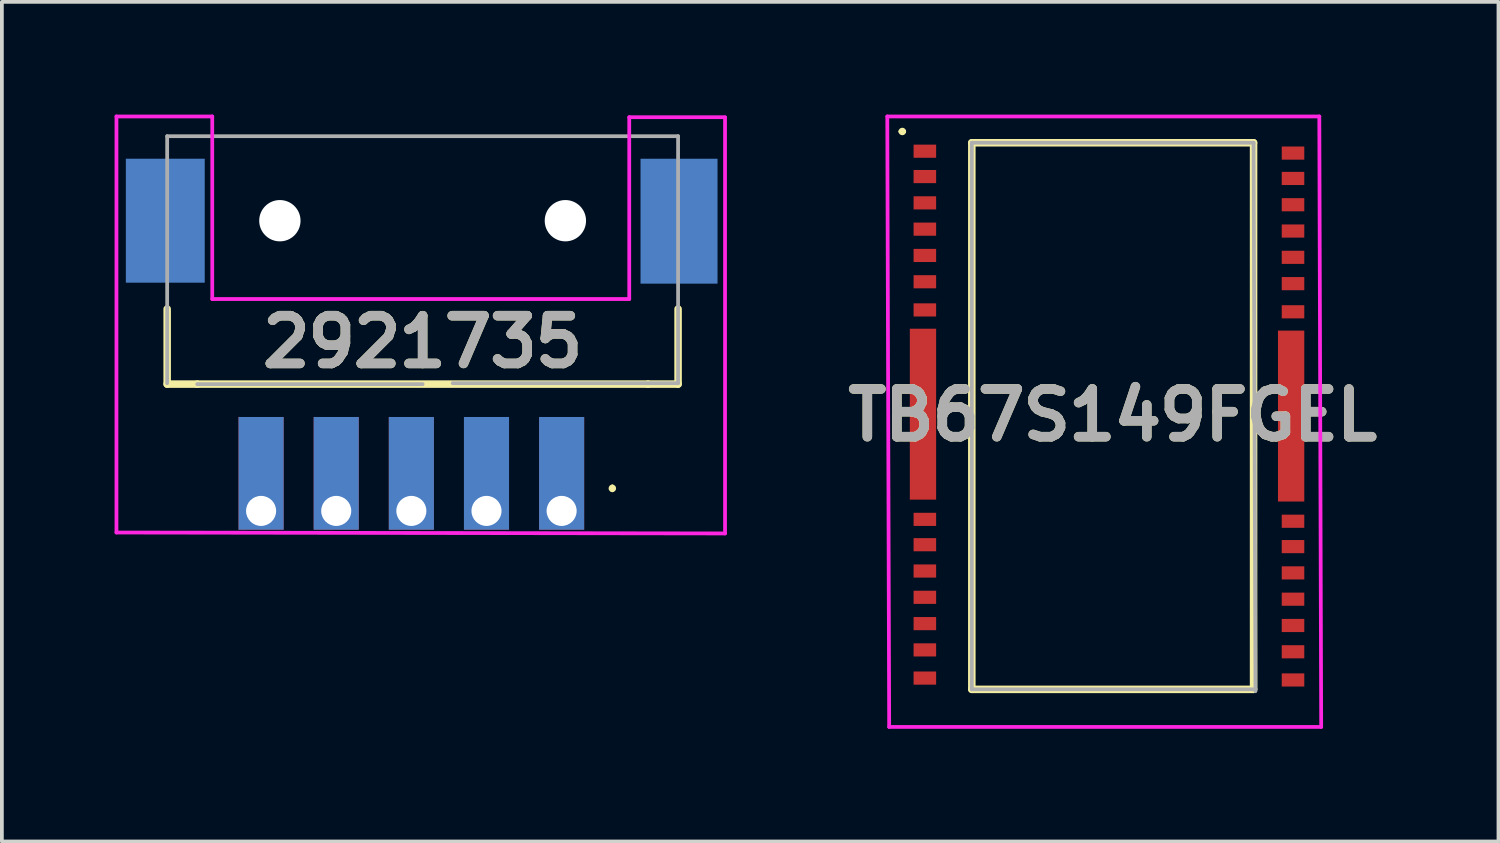
<source format=kicad_pcb>
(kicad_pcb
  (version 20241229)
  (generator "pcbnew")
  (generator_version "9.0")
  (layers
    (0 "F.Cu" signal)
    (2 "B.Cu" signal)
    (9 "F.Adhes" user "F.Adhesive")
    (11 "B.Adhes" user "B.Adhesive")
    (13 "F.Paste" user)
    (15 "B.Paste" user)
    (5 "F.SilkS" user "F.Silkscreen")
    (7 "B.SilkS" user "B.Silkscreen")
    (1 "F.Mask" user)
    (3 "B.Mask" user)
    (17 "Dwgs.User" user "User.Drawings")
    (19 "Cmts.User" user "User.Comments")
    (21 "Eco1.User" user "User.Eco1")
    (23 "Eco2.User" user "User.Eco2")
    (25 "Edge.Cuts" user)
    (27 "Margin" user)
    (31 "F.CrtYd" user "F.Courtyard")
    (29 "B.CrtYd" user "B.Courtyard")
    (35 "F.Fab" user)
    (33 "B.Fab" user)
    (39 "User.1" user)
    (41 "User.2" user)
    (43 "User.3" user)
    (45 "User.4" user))
  (footprint "2921735"
    (layer "F.Cu")
    (at 8.2 6.05)
    (property "Reference" "2921735" (at 0 0 0) (layer "F.SilkS") (effects (font (size 1.27 1.27) (thickness 0.254))))
    (attr through_hole)
    (fp_line (start -6.8 -0.875) (end -6.8 1.125) (stroke (width 0.2) (type solid)) (layer "F.SilkS"))
    (fp_line (start -6.8 1.125) (end -6 1.125) (stroke (width 0.2) (type solid)) (layer "F.SilkS"))
    (fp_line (start -6 1.125) (end 6 1.125) (stroke (width 0.2) (type solid)) (layer "F.SilkS"))
    (fp_line (start 5.05 3.85) (end 5.05 3.85) (stroke (width 0.1) (type solid)) (layer "F.SilkS"))
    (fp_line (start 5.05 3.95) (end 5.05 3.95) (stroke (width 0.1) (type solid)) (layer "F.SilkS"))
    (fp_line (start 6 1.125) (end 6.8 1.125) (stroke (width 0.2) (type solid)) (layer "F.SilkS"))
    (fp_line (start 6.8 1.125) (end 6.8 -0.875) (stroke (width 0.2) (type solid)) (layer "F.SilkS"))
    (fp_arc (start 5.05 3.85) (mid 5.1 3.9) (end 5.05 3.95) (stroke (width 0.1) (type solid)) (layer "F.SilkS"))
    (fp_arc (start 5.05 3.95) (mid 5 3.9) (end 5.05 3.85) (stroke (width 0.1) (type solid)) (layer "F.SilkS"))
    (fp_line (start -8.15 -6) (end -5.6 -6) (stroke (width 0.1) (type solid)) (layer "F.CrtYd"))
    (fp_line (start -8.15 5.075) (end -8.15 -6) (stroke (width 0.1) (type solid)) (layer "F.CrtYd"))
    (fp_line (start -5.6 -6) (end -5.6 -1.14) (stroke (width 0.1) (type default)) (layer "F.CrtYd"))
    (fp_line (start 5.5 -5.98) (end 5.5 -1.14) (stroke (width 0.1) (type default)) (layer "F.CrtYd"))
    (fp_line (start 5.5 -5.98) (end 8.05 -5.98) (stroke (width 0.1) (type solid)) (layer "F.CrtYd"))
    (fp_line (start 5.5 -1.14) (end -5.6 -1.14) (stroke (width 0.1) (type solid)) (layer "F.CrtYd"))
    (fp_line (start 8.05 -5.975) (end 8.05 5.1) (stroke (width 0.1) (type solid)) (layer "F.CrtYd"))
    (fp_line (start 8.05 5.1) (end -8.15 5.075) (stroke (width 0.1) (type solid)) (layer "F.CrtYd"))
    (fp_line (start -6.8 -5.475) (end -6.8 1.1) (stroke (width 0.1) (type solid)) (layer "F.Fab"))
    (fp_line (start -6 1.125) (end 0 1.125) (stroke (width 0.1) (type solid)) (layer "F.Fab"))
    (fp_line (start 0.8 1.1) (end 6.8 1.1) (stroke (width 0.1) (type solid)) (layer "F.Fab"))
    (fp_line (start 6.8 -5.475) (end -6.8 -5.475) (stroke (width 0.1) (type solid)) (layer "F.Fab"))
    (fp_line (start 6.8 1.1) (end 6.8 -5.475) (stroke (width 0.1) (type solid)) (layer "F.Fab"))
    (fp_text user "${REFERENCE}" (at 0 0 0) (layer "F.Fab") (effects (font (size 1.27 1.27) (thickness 0.254))))
    (pad "" np_thru_hole circle (at -3.8 -3.225) (size 1.1 1.1) (drill 1.1) (layers "*.Cu" "*.Mask"))
    (pad "" np_thru_hole circle (at 3.8 -3.225) (size 1.1 1.1) (drill 1.1) (layers "*.Cu" "*.Mask"))
    (pad "1" thru_hole rect (at 3.7 4.5) (size 1.2 3) (drill 0.8 (offset 0 -1)) (property pad_prop_castellated) (layers "*.Cu" "*.Mask"))
    (pad "2" thru_hole rect (at 1.7 4.5) (size 1.2 3) (drill 0.8 (offset 0 -1)) (property pad_prop_castellated) (layers "*.Cu" "*.Mask"))
    (pad "3" thru_hole rect (at -0.3 4.5) (size 1.2 3) (drill 0.8 (offset 0 -1)) (property pad_prop_castellated) (layers "*.Cu" "*.Mask"))
    (pad "4" thru_hole rect (at -2.3 4.5) (size 1.2 3) (drill 0.8 (offset 0 -1)) (property pad_prop_castellated) (layers "*.Cu" "*.Mask"))
    (pad "5" thru_hole rect (at -4.3 4.5) (size 1.2 3) (drill 0.8 (offset 0 -1)) (property pad_prop_castellated) (layers "*.Cu" "*.Mask"))
    (pad "6" smd rect (at 6.825 -3.212) (size 2.05 3.325) (layers "B.Cu" "B.Mask" "B.Paste"))
    (pad "7" smd rect (at -6.85 -3.225) (size 2.1 3.3) (layers "B.Cu" "B.Mask" "B.Paste")))
  (footprint "TB67S149FGEL"
    (layer "F.Cu")
    (at 26.569 8)
    (property "Reference" "TB67S149FGEL" (at 0 0 0) (layer "F.SilkS") (effects (font (size 1.27 1.27) (thickness 0.254))))
    (attr smd)
    (fp_line (start -5.65 -7.55) (end -5.65 -7.55) (stroke (width 0.1) (type solid)) (layer "F.SilkS"))
    (fp_line (start -5.55 -7.55) (end -5.55 -7.55) (stroke (width 0.1) (type solid)) (layer "F.SilkS"))
    (fp_line (start -3.75 -7.25) (end 3.75 -7.25) (stroke (width 0.2) (type solid)) (layer "F.SilkS"))
    (fp_line (start -3.75 7.3) (end -3.75 -7.25) (stroke (width 0.2) (type solid)) (layer "F.SilkS"))
    (fp_line (start 3.75 -7.25) (end 3.75 7.3) (stroke (width 0.2) (type solid)) (layer "F.SilkS"))
    (fp_line (start 3.75 7.3) (end -3.75 7.3) (stroke (width 0.2) (type solid)) (layer "F.SilkS"))
    (fp_arc (start -5.65 -7.55) (mid -5.6 -7.6) (end -5.55 -7.55) (stroke (width 0.1) (type solid)) (layer "F.SilkS"))
    (fp_arc (start -5.55 -7.55) (mid -5.6 -7.5) (end -5.65 -7.55) (stroke (width 0.1) (type solid)) (layer "F.SilkS"))
    (fp_line (start -6 -7.95) (end 5.5 -7.95) (stroke (width 0.1) (type solid)) (layer "F.CrtYd"))
    (fp_line (start -5.95 8.3) (end -6 -7.95) (stroke (width 0.1) (type solid)) (layer "F.CrtYd"))
    (fp_line (start 5.5 -7.95) (end 5.55 8.3) (stroke (width 0.1) (type solid)) (layer "F.CrtYd"))
    (fp_line (start 5.55 8.3) (end -5.95 8.3) (stroke (width 0.1) (type solid)) (layer "F.CrtYd"))
    (fp_line (start -3.75 -7.25) (end 3.75 -7.25) (stroke (width 0.1) (type solid)) (layer "F.Fab"))
    (fp_line (start -3.75 7.3) (end -3.75 -7.25) (stroke (width 0.1) (type solid)) (layer "F.Fab"))
    (fp_line (start 3.75 -7.25) (end 3.8 7.35) (stroke (width 0.1) (type solid)) (layer "F.Fab"))
    (fp_line (start 3.75 7.3) (end -3.75 7.3) (stroke (width 0.1) (type solid)) (layer "F.Fab"))
    (fp_text user "${REFERENCE}" (at 0 0 0) (layer "F.Fab") (effects (font (size 1.27 1.27) (thickness 0.254))))
    (pad "1" smd rect (at -5 -7.025 90) (size 0.35 0.6) (layers "F.Cu" "F.Mask" "F.Paste"))
    (pad "1" smd rect (at -5 -6.35 90) (size 0.35 0.6) (layers "F.Cu" "F.Mask" "F.Paste"))
    (pad "1" smd rect (at -5 -5.65 90) (size 0.35 0.6) (layers "F.Cu" "F.Mask" "F.Paste"))
    (pad "1" smd rect (at -5 -4.95 90) (size 0.35 0.6) (layers "F.Cu" "F.Mask" "F.Paste"))
    (pad "1" smd rect (at -5 -4.25 90) (size 0.35 0.6) (layers "F.Cu" "F.Mask" "F.Paste"))
    (pad "1" smd rect (at -5 -3.55 90) (size 0.35 0.6) (layers "F.Cu" "F.Mask" "F.Paste"))
    (pad "1" smd rect (at -5 -2.8 90) (size 0.35 0.6) (layers "F.Cu" "F.Mask" "F.Paste"))
    (pad "1" smd rect (at -5 2.775 90) (size 0.35 0.6) (layers "F.Cu" "F.Mask" "F.Paste"))
    (pad "1" smd rect (at -5 3.45 90) (size 0.35 0.6) (layers "F.Cu" "F.Mask" "F.Paste"))
    (pad "1" smd rect (at -5 4.15 90) (size 0.35 0.6) (layers "F.Cu" "F.Mask" "F.Paste"))
    (pad "1" smd rect (at -5 4.85 90) (size 0.35 0.6) (layers "F.Cu" "F.Mask" "F.Paste"))
    (pad "1" smd rect (at -5 5.55 90) (size 0.35 0.6) (layers "F.Cu" "F.Mask" "F.Paste"))
    (pad "1" smd rect (at -5 6.25 90) (size 0.35 0.6) (layers "F.Cu" "F.Mask" "F.Paste"))
    (pad "1" smd rect (at -5 7 90) (size 0.35 0.6) (layers "F.Cu" "F.Mask" "F.Paste"))
    (pad "1" smd rect (at 4.8 -6.975 90) (size 0.35 0.6) (layers "F.Cu" "F.Mask" "F.Paste"))
    (pad "1" smd rect (at 4.8 -6.3 90) (size 0.35 0.6) (layers "F.Cu" "F.Mask" "F.Paste"))
    (pad "1" smd rect (at 4.8 -5.6 90) (size 0.35 0.6) (layers "F.Cu" "F.Mask" "F.Paste"))
    (pad "1" smd rect (at 4.8 -4.9 90) (size 0.35 0.6) (layers "F.Cu" "F.Mask" "F.Paste"))
    (pad "1" smd rect (at 4.8 -4.2 90) (size 0.35 0.6) (layers "F.Cu" "F.Mask" "F.Paste"))
    (pad "1" smd rect (at 4.8 -3.5 90) (size 0.35 0.6) (layers "F.Cu" "F.Mask" "F.Paste"))
    (pad "1" smd rect (at 4.8 -2.75 90) (size 0.35 0.6) (layers "F.Cu" "F.Mask" "F.Paste"))
    (pad "1" smd rect (at 4.8 2.825 90) (size 0.35 0.6) (layers "F.Cu" "F.Mask" "F.Paste"))
    (pad "1" smd rect (at 4.8 3.5 90) (size 0.35 0.6) (layers "F.Cu" "F.Mask" "F.Paste"))
    (pad "1" smd rect (at 4.8 4.2 90) (size 0.35 0.6) (layers "F.Cu" "F.Mask" "F.Paste"))
    (pad "1" smd rect (at 4.8 4.9 90) (size 0.35 0.6) (layers "F.Cu" "F.Mask" "F.Paste"))
    (pad "1" smd rect (at 4.8 5.6 90) (size 0.35 0.6) (layers "F.Cu" "F.Mask" "F.Paste"))
    (pad "1" smd rect (at 4.8 6.3 90) (size 0.35 0.6) (layers "F.Cu" "F.Mask" "F.Paste"))
    (pad "1" smd rect (at 4.8 7.05 90) (size 0.35 0.6) (layers "F.Cu" "F.Mask" "F.Paste"))
    (pad "FIN1" smd rect (at -5.05 -0.025) (size 0.7 4.55) (layers "F.Cu" "F.Mask" "F.Paste"))
    (pad "FIN1" smd rect (at 4.75 0.025) (size 0.7 4.55) (layers "F.Cu" "F.Mask" "F.Paste")))
  (gr_rect
    (start -3 -3)
    (end 36.838 19.35)
    (stroke (width 0.1) (type default))
    (fill no)
    (layer "Edge.Cuts")))
</source>
